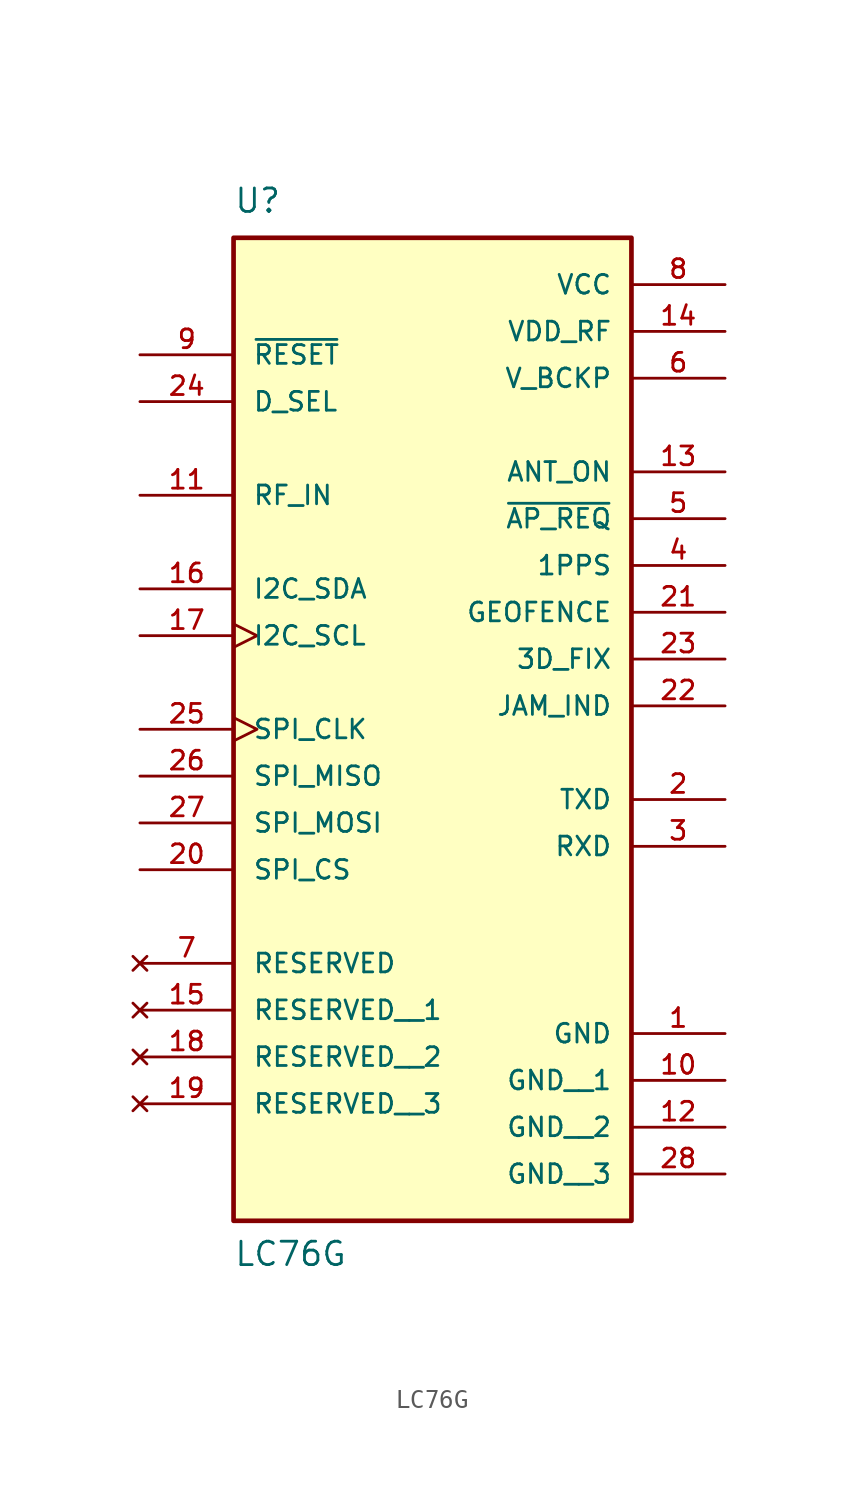
<source format=kicad_sym>
(kicad_symbol_lib
  (version 20220914)
  (generator kicad_symbol_editor)
  (symbol "LC76G"
    (pin_names
      (offset 1.016))
    (property "Reference" "U"
      (at -11.43 24.13 0)
      (effects (font (size 1.27 1.27)) (justify left bottom)))
    (property "Value" "LC76G"
      (at -11.43 -33.02 0)
      (effects (font (size 1.27 1.27)) (justify left bottom)))
    (symbol "LC76G_0_0"
      (rectangle (start -11.43 22.86) (end 10.16 -30.48) (stroke (width 0.254) (type default)) (fill (type background)))
      (pin power_in line (at 15.24 -20.32 180) (length 5.08) (name "GND" (effects (font (size 1.016 1.016)))) (number "1" (effects (font (size 1.016 1.016)))))
      (pin power_in line (at 15.24 -22.86 180) (length 5.08) (name "GND__1" (effects (font (size 1.016 1.016)))) (number "10" (effects (font (size 1.016 1.016)))))
      (pin input line (at -16.51 8.89 0) (length 5.08) (name "RF_IN" (effects (font (size 1.016 1.016)))) (number "11" (effects (font (size 1.016 1.016)))))
      (pin power_in line (at 15.24 -25.4 180) (length 5.08) (name "GND__2" (effects (font (size 1.016 1.016)))) (number "12" (effects (font (size 1.016 1.016)))))
      (pin output line (at 15.24 10.16 180) (length 5.08) (name "ANT_ON" (effects (font (size 1.016 1.016)))) (number "13" (effects (font (size 1.016 1.016)))))
      (pin power_in line (at 15.24 17.78 180) (length 5.08) (name "VDD_RF" (effects (font (size 1.016 1.016)))) (number "14" (effects (font (size 1.016 1.016)))))
      (pin no_connect line (at -16.51 -19.05 0) (length 5.08) (name "RESERVED__1" (effects (font (size 1.016 1.016)))) (number "15" (effects (font (size 1.016 1.016)))))
      (pin bidirectional line (at -16.51 3.81 0) (length 5.08) (name "I2C_SDA" (effects (font (size 1.016 1.016)))) (number "16" (effects (font (size 1.016 1.016)))))
      (pin input clock (at -16.51 1.27 0) (length 5.08) (name "I2C_SCL" (effects (font (size 1.016 1.016)))) (number "17" (effects (font (size 1.016 1.016)))))
      (pin no_connect line (at -16.51 -21.59 0) (length 5.08) (name "RESERVED__2" (effects (font (size 1.016 1.016)))) (number "18" (effects (font (size 1.016 1.016)))))
      (pin no_connect line (at -16.51 -24.13 0) (length 5.08) (name "RESERVED__3" (effects (font (size 1.016 1.016)))) (number "19" (effects (font (size 1.016 1.016)))))
      (pin output line (at 15.24 -7.62 180) (length 5.08) (name "TXD" (effects (font (size 1.016 1.016)))) (number "2" (effects (font (size 1.016 1.016)))))
      (pin output line (at 15.24 2.54 180) (length 5.08) (name "GEOFENCE" (effects (font (size 1.016 1.016)))) (number "21" (effects (font (size 1.016 1.016)))))
      (pin output line (at 15.24 -2.54 180) (length 5.08) (name "JAM_IND" (effects (font (size 1.016 1.016)))) (number "22" (effects (font (size 1.016 1.016)))))
      (pin output line (at 15.24 0 180) (length 5.08) (name "3D_FIX" (effects (font (size 1.016 1.016)))) (number "23" (effects (font (size 1.016 1.016)))))
      (pin input line (at -16.51 13.97 0) (length 5.08) (name "D_SEL" (effects (font (size 1.016 1.016)))) (number "24" (effects (font (size 1.016 1.016)))))
      (pin bidirectional line (at -16.51 -6.35 0) (length 5.08) (name "SPI_MISO" (effects (font (size 1.016 1.016)))) (number "26" (effects (font (size 1.016 1.016)))))
      (pin power_in line (at 15.24 -27.94 180) (length 5.08) (name "GND__3" (effects (font (size 1.016 1.016)))) (number "28" (effects (font (size 1.016 1.016)))))
      (pin input line (at 15.24 -10.16 180) (length 5.08) (name "RXD" (effects (font (size 1.016 1.016)))) (number "3" (effects (font (size 1.016 1.016)))))
      (pin output line (at 15.24 5.08 180) (length 5.08) (name "1PPS" (effects (font (size 1.016 1.016)))) (number "4" (effects (font (size 1.016 1.016)))))
      (pin output line (at 15.24 7.62 180) (length 5.08) (name "~{AP_REQ}" (effects (font (size 1.016 1.016)))) (number "5" (effects (font (size 1.016 1.016)))))
      (pin power_in line (at 15.24 15.24 180) (length 5.08) (name "V_BCKP" (effects (font (size 1.016 1.016)))) (number "6" (effects (font (size 1.016 1.016)))))
      (pin no_connect line (at -16.51 -16.51 0) (length 5.08) (name "RESERVED" (effects (font (size 1.016 1.016)))) (number "7" (effects (font (size 1.016 1.016)))))
      (pin power_in line (at 15.24 20.32 180) (length 5.08) (name "VCC" (effects (font (size 1.016 1.016)))) (number "8" (effects (font (size 1.016 1.016)))))
      (pin input line (at -16.51 16.51 0) (length 5.08) (name "~{RESET}" (effects (font (size 1.016 1.016)))) (number "9" (effects (font (size 1.016 1.016))))))
    (symbol "LC76G_1_0"
      (pin input line (at -16.51 -11.43 0) (length 5.08) (name "SPI_CS" (effects (font (size 1.016 1.016)))) (number "20" (effects (font (size 1.016 1.016)))))
      (pin input clock (at -16.51 -3.81 0) (length 5.08) (name "SPI_CLK" (effects (font (size 1.016 1.016)))) (number "25" (effects (font (size 1.016 1.016)))))
      (pin input line (at -16.51 -8.89 0) (length 5.08) (name "SPI_MOSI" (effects (font (size 1.016 1.016)))) (number "27" (effects (font (size 1.016 1.016))))))))
</source>
